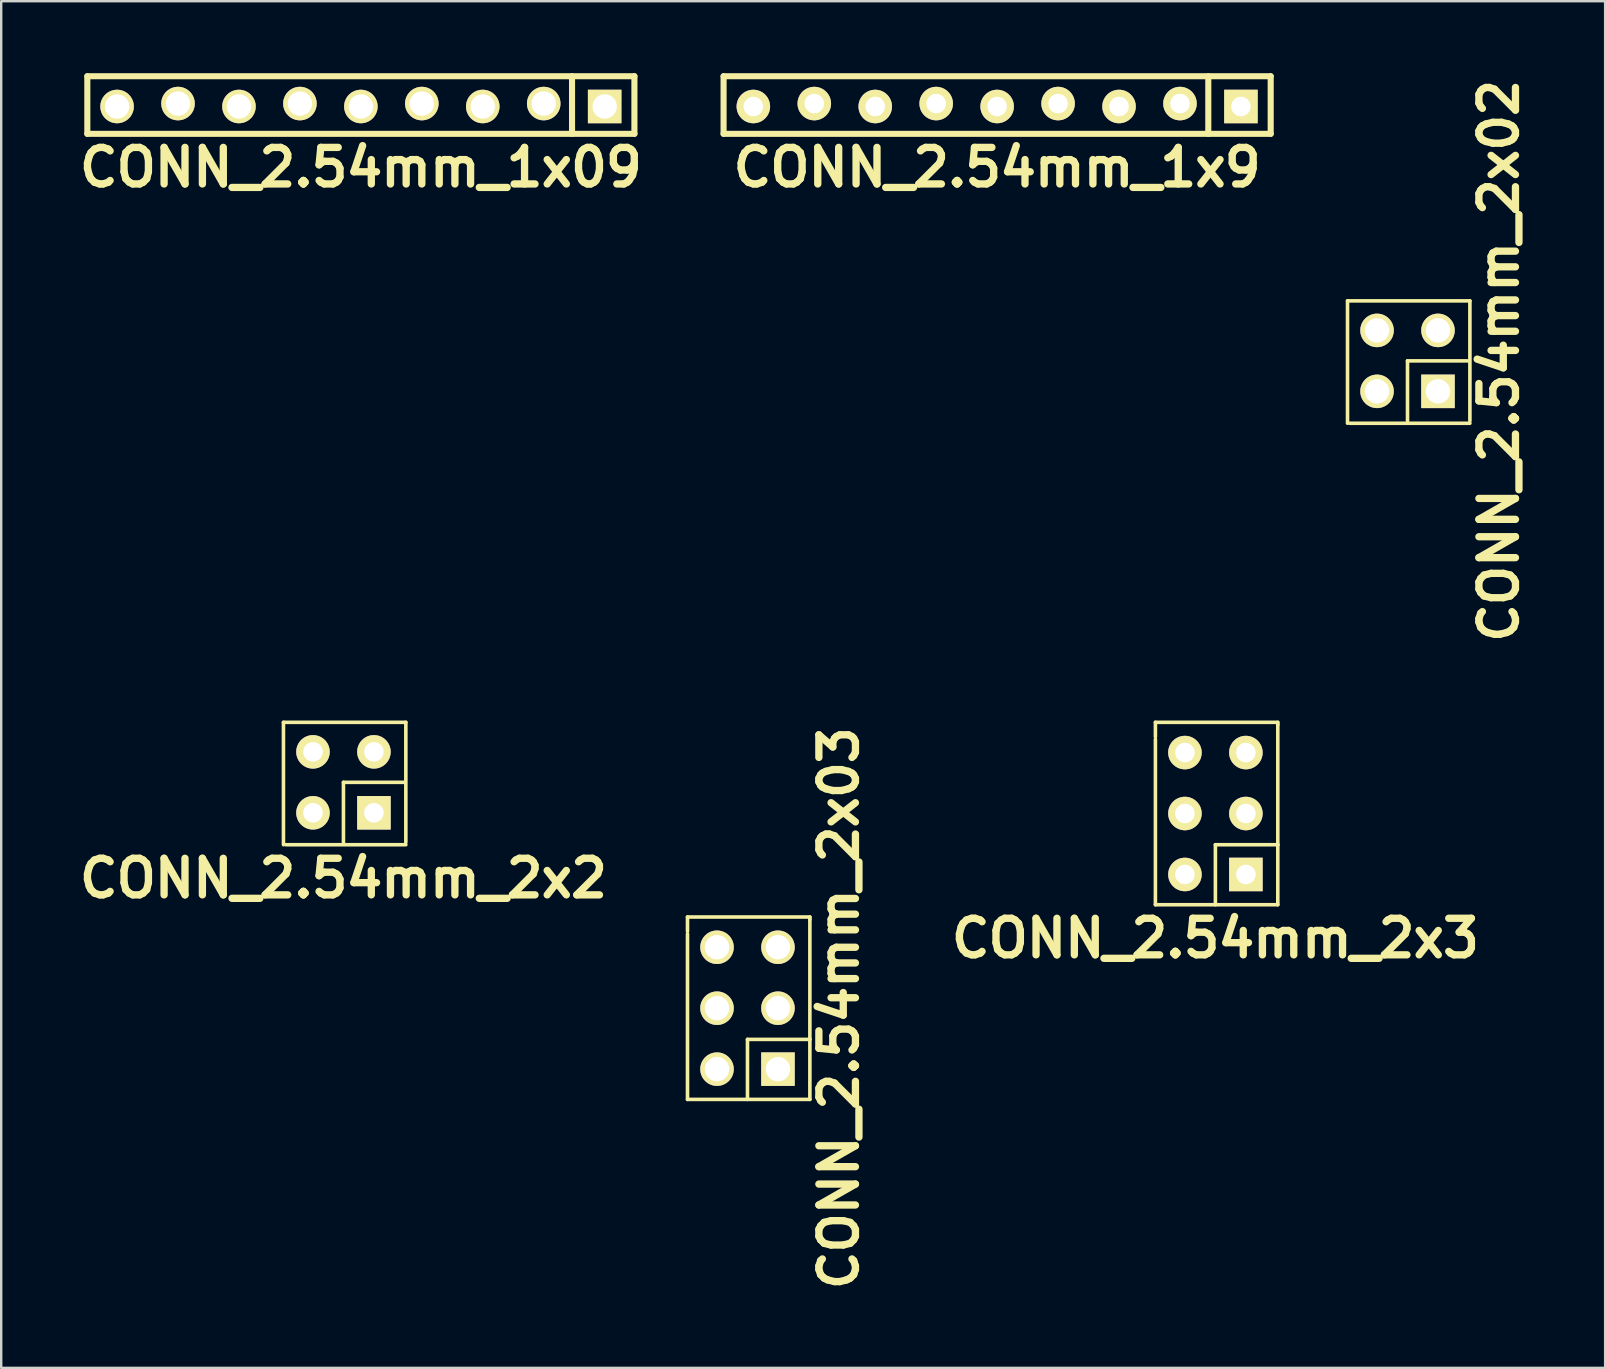
<source format=kicad_pcb>
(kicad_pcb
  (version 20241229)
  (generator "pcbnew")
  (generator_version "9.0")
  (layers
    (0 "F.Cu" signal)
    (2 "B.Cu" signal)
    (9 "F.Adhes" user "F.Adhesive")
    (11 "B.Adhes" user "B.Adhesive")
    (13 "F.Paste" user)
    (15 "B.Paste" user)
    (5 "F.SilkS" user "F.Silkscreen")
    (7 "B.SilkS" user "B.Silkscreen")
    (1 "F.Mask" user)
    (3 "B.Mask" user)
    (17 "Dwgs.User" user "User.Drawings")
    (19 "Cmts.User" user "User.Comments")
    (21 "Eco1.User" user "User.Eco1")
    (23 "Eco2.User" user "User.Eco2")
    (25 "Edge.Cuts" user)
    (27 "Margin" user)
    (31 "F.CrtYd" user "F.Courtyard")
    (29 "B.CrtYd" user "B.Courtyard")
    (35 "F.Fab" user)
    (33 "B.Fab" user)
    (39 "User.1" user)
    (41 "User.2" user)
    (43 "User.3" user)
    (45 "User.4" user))
  (footprint "CONN_2.54mm_1x09"
    (layer "F.Cu")
    (at 11.989 1.327)
    (property "Reference" "CONN_2.54mm_1x09" (at 0 2.6 0) (layer "F.SilkS") (effects (font (size 1.524 1.524) (thickness 0.305))))
    (attr through_hole)
    (fp_line (start -11.4 -1.2) (end -11.4 1.2) (stroke (width 0.254) (type solid)) (layer "F.SilkS"))
    (fp_line (start -11.4 1.2) (end 11.4 1.2) (stroke (width 0.254) (type solid)) (layer "F.SilkS"))
    (fp_line (start 8.8 1.2) (end 8.8 -1.2) (stroke (width 0.254) (type solid)) (layer "F.SilkS"))
    (fp_line (start 11.4 -1.2) (end -11.4 -1.2) (stroke (width 0.254) (type solid)) (layer "F.SilkS"))
    (fp_line (start 11.4 1.2) (end 11.4 -1.2) (stroke (width 0.254) (type solid)) (layer "F.SilkS"))
    (pad "1" thru_hole rect (at 10.16 0.061) (size 1.397 1.397) (drill 1.016) (layers "*.Cu" "*.Mask" "F.SilkS"))
    (pad "2" thru_hole circle (at 7.62 -0.061) (size 1.397 1.397) (drill 1.016) (layers "*.Cu" "*.Mask" "F.SilkS"))
    (pad "3" thru_hole circle (at 5.08 0.061) (size 1.397 1.397) (drill 1.016) (layers "*.Cu" "*.Mask" "F.SilkS"))
    (pad "4" thru_hole circle (at 2.54 -0.061) (size 1.397 1.397) (drill 1.016) (layers "*.Cu" "*.Mask" "F.SilkS"))
    (pad "5" thru_hole circle (at 0 0.061) (size 1.397 1.397) (drill 1.016) (layers "*.Cu" "*.Mask" "F.SilkS"))
    (pad "6" thru_hole circle (at -2.54 -0.061) (size 1.397 1.397) (drill 1.016) (layers "*.Cu" "*.Mask" "F.SilkS"))
    (pad "7" thru_hole circle (at -5.08 0.061) (size 1.397 1.397) (drill 1.016) (layers "*.Cu" "*.Mask" "F.SilkS"))
    (pad "8" thru_hole circle (at -7.62 -0.061) (size 1.397 1.397) (drill 1.016) (layers "*.Cu" "*.Mask" "F.SilkS"))
    (pad "9" thru_hole circle (at -10.16 0.061) (size 1.397 1.397) (drill 1.016) (layers "*.Cu" "*.Mask" "F.SilkS")))
  (footprint "CONN_2.54mm_2x03"
    (layer "F.Cu")
    (at 28.101 38.966)
    (property "Reference" "CONN_2.54mm_2x03" (at 3.81 0 90) (layer "F.SilkS") (effects (font (size 1.524 1.524) (thickness 0.305))))
    (attr through_hole)
    (fp_line (start -2.5 -3.8) (end -2.5 -3.2) (stroke (width 0.15) (type solid)) (layer "F.SilkS"))
    (fp_line (start -2.5 3.8) (end -2.5 -3.1) (stroke (width 0.15) (type solid)) (layer "F.SilkS"))
    (fp_line (start 0 1.3) (end 0 3.8) (stroke (width 0.15) (type solid)) (layer "F.SilkS"))
    (fp_line (start 0 1.3) (end 2.6 1.3) (stroke (width 0.15) (type solid)) (layer "F.SilkS"))
    (fp_line (start 2.6 -3.8) (end -2.5 -3.8) (stroke (width 0.15) (type solid)) (layer "F.SilkS"))
    (fp_line (start 2.6 -3.7) (end 2.6 -3.8) (stroke (width 0.15) (type solid)) (layer "F.SilkS"))
    (fp_line (start 2.6 1.3) (end 2.6 -3.7) (stroke (width 0.15) (type solid)) (layer "F.SilkS"))
    (fp_line (start 2.6 1.3) (end 2.6 3.8) (stroke (width 0.15) (type solid)) (layer "F.SilkS"))
    (fp_line (start 2.6 3.8) (end -2.5 3.8) (stroke (width 0.15) (type solid)) (layer "F.SilkS"))
    (pad "1" thru_hole rect (at 1.27 2.54) (size 1.397 1.397) (drill 1.016) (layers "*.Cu" "*.Mask" "F.SilkS"))
    (pad "2" thru_hole circle (at -1.27 2.54) (size 1.397 1.397) (drill 1.016) (layers "*.Cu" "*.Mask" "F.SilkS"))
    (pad "3" thru_hole circle (at 1.27 0) (size 1.397 1.397) (drill 1.016) (layers "*.Cu" "*.Mask" "F.SilkS"))
    (pad "4" thru_hole circle (at -1.27 0) (size 1.397 1.397) (drill 1.016) (layers "*.Cu" "*.Mask" "F.SilkS"))
    (pad "5" thru_hole circle (at 1.27 -2.54) (size 1.397 1.397) (drill 1.016) (layers "*.Cu" "*.Mask" "F.SilkS"))
    (pad "6" thru_hole circle (at -1.27 -2.54) (size 1.397 1.397) (drill 1.016) (layers "*.Cu" "*.Mask" "F.SilkS")))
  (footprint "CONN_2.54mm_2x02"
    (layer "F.Cu")
    (at 55.607 11.989)
    (property "Reference" "CONN_2.54mm_2x02" (at 3.81 0 90) (layer "F.SilkS") (effects (font (size 1.524 1.524) (thickness 0.305))))
    (attr through_hole)
    (fp_line (start -2.5 -2.5) (end 2.6 -2.5) (stroke (width 0.15) (type solid)) (layer "F.SilkS"))
    (fp_line (start -2.5 2.6) (end -2.5 -2.5) (stroke (width 0.15) (type solid)) (layer "F.SilkS"))
    (fp_line (start 0 2.5) (end 0 0) (stroke (width 0.15) (type solid)) (layer "F.SilkS"))
    (fp_line (start 2.5 0) (end 0 0) (stroke (width 0.15) (type solid)) (layer "F.SilkS"))
    (fp_line (start 2.6 2.5) (end 2.6 -2.5) (stroke (width 0.15) (type solid)) (layer "F.SilkS"))
    (fp_line (start 2.6 2.6) (end -2.4 2.6) (stroke (width 0.15) (type solid)) (layer "F.SilkS"))
    (pad "1" thru_hole rect (at 1.27 1.27) (size 1.397 1.397) (drill 1.016) (layers "*.Cu" "*.Mask" "F.SilkS"))
    (pad "2" thru_hole circle (at -1.27 1.27) (size 1.397 1.397) (drill 1.016) (layers "*.Cu" "*.Mask" "F.SilkS"))
    (pad "3" thru_hole circle (at 1.27 -1.27) (size 1.397 1.397) (drill 1.016) (layers "*.Cu" "*.Mask" "F.SilkS"))
    (pad "4" thru_hole circle (at -1.27 -1.27) (size 1.397 1.397) (drill 1.016) (layers "*.Cu" "*.Mask" "F.SilkS")))
  (footprint "CONN_2.54mm_2x3"
    (layer "F.Cu")
    (at 47.601 30.853)
    (property "Reference" "CONN_2.54mm_2x3" (at 0 5.2 0) (layer "F.SilkS") (effects (font (size 1.524 1.524) (thickness 0.305))))
    (attr through_hole)
    (fp_line (start -2.5 -3.8) (end -2.5 -3.2) (stroke (width 0.15) (type solid)) (layer "F.SilkS"))
    (fp_line (start -2.5 3.8) (end -2.5 -3.1) (stroke (width 0.15) (type solid)) (layer "F.SilkS"))
    (fp_line (start 0 1.3) (end 0 3.8) (stroke (width 0.15) (type solid)) (layer "F.SilkS"))
    (fp_line (start 0 1.3) (end 2.6 1.3) (stroke (width 0.15) (type solid)) (layer "F.SilkS"))
    (fp_line (start 2.6 -3.8) (end -2.5 -3.8) (stroke (width 0.15) (type solid)) (layer "F.SilkS"))
    (fp_line (start 2.6 -3.7) (end 2.6 -3.8) (stroke (width 0.15) (type solid)) (layer "F.SilkS"))
    (fp_line (start 2.6 1.3) (end 2.6 -3.7) (stroke (width 0.15) (type solid)) (layer "F.SilkS"))
    (fp_line (start 2.6 1.3) (end 2.6 3.8) (stroke (width 0.15) (type solid)) (layer "F.SilkS"))
    (fp_line (start 2.6 3.8) (end -2.5 3.8) (stroke (width 0.15) (type solid)) (layer "F.SilkS"))
    (pad "1" thru_hole rect (at 1.27 2.54) (size 1.397 1.397) (drill 0.813) (layers "*.Cu" "*.Mask" "F.SilkS"))
    (pad "2" thru_hole circle (at -1.27 2.54) (size 1.397 1.397) (drill 0.813) (layers "*.Cu" "*.Mask" "F.SilkS"))
    (pad "3" thru_hole circle (at 1.27 0) (size 1.397 1.397) (drill 0.813) (layers "*.Cu" "*.Mask" "F.SilkS"))
    (pad "4" thru_hole circle (at -1.27 0) (size 1.397 1.397) (drill 0.813) (layers "*.Cu" "*.Mask" "F.SilkS"))
    (pad "5" thru_hole circle (at 1.27 -2.54) (size 1.397 1.397) (drill 0.813) (layers "*.Cu" "*.Mask" "F.SilkS"))
    (pad "6" thru_hole circle (at -1.27 -2.54) (size 1.397 1.397) (drill 0.813) (layers "*.Cu" "*.Mask" "F.SilkS")))
  (footprint "CONN_2.54mm_1x9"
    (layer "F.Cu")
    (at 38.505 1.327)
    (property "Reference" "CONN_2.54mm_1x9" (at 0 2.6 0) (layer "F.SilkS") (effects (font (size 1.524 1.524) (thickness 0.305))))
    (attr through_hole)
    (fp_line (start -11.4 -1.2) (end -11.4 1.2) (stroke (width 0.254) (type solid)) (layer "F.SilkS"))
    (fp_line (start -11.4 1.2) (end 11.4 1.2) (stroke (width 0.254) (type solid)) (layer "F.SilkS"))
    (fp_line (start 8.8 1.2) (end 8.8 -1.2) (stroke (width 0.254) (type solid)) (layer "F.SilkS"))
    (fp_line (start 11.4 -1.2) (end -11.4 -1.2) (stroke (width 0.254) (type solid)) (layer "F.SilkS"))
    (fp_line (start 11.4 1.2) (end 11.4 -1.2) (stroke (width 0.254) (type solid)) (layer "F.SilkS"))
    (pad "1" thru_hole rect (at 10.16 0.061) (size 1.397 1.397) (drill 0.813) (layers "*.Cu" "*.Mask" "F.SilkS"))
    (pad "2" thru_hole circle (at 7.62 -0.061) (size 1.397 1.397) (drill 0.813) (layers "*.Cu" "*.Mask" "F.SilkS"))
    (pad "3" thru_hole circle (at 5.08 0.061) (size 1.397 1.397) (drill 0.813) (layers "*.Cu" "*.Mask" "F.SilkS"))
    (pad "4" thru_hole circle (at 2.54 -0.061) (size 1.397 1.397) (drill 0.813) (layers "*.Cu" "*.Mask" "F.SilkS"))
    (pad "5" thru_hole circle (at 0 0.061) (size 1.397 1.397) (drill 0.813) (layers "*.Cu" "*.Mask" "F.SilkS"))
    (pad "6" thru_hole circle (at -2.54 -0.061) (size 1.397 1.397) (drill 0.813) (layers "*.Cu" "*.Mask" "F.SilkS"))
    (pad "7" thru_hole circle (at -5.08 0.061) (size 1.397 1.397) (drill 0.813) (layers "*.Cu" "*.Mask" "F.SilkS"))
    (pad "8" thru_hole circle (at -7.62 -0.061) (size 1.397 1.397) (drill 0.813) (layers "*.Cu" "*.Mask" "F.SilkS"))
    (pad "9" thru_hole circle (at -10.16 0.061) (size 1.397 1.397) (drill 0.813) (layers "*.Cu" "*.Mask" "F.SilkS")))
  (footprint "CONN_2.54mm_2x2"
    (layer "F.Cu")
    (at 11.263 29.553)
    (property "Reference" "CONN_2.54mm_2x2" (at 0 4 0) (layer "F.SilkS") (effects (font (size 1.524 1.524) (thickness 0.305))))
    (attr through_hole)
    (fp_line (start -2.5 -2.5) (end 2.6 -2.5) (stroke (width 0.15) (type solid)) (layer "F.SilkS"))
    (fp_line (start -2.5 2.6) (end -2.5 -2.5) (stroke (width 0.15) (type solid)) (layer "F.SilkS"))
    (fp_line (start 0 2.5) (end 0 0) (stroke (width 0.15) (type solid)) (layer "F.SilkS"))
    (fp_line (start 2.5 0) (end 0 0) (stroke (width 0.15) (type solid)) (layer "F.SilkS"))
    (fp_line (start 2.6 2.5) (end 2.6 -2.5) (stroke (width 0.15) (type solid)) (layer "F.SilkS"))
    (fp_line (start 2.6 2.6) (end -2.4 2.6) (stroke (width 0.15) (type solid)) (layer "F.SilkS"))
    (pad "1" thru_hole rect (at 1.27 1.27) (size 1.397 1.397) (drill 0.813) (layers "*.Cu" "*.Mask" "F.SilkS"))
    (pad "2" thru_hole circle (at -1.27 1.27) (size 1.397 1.397) (drill 0.813) (layers "*.Cu" "*.Mask" "F.SilkS"))
    (pad "3" thru_hole circle (at 1.27 -1.27) (size 1.397 1.397) (drill 0.813) (layers "*.Cu" "*.Mask" "F.SilkS"))
    (pad "4" thru_hole circle (at -1.27 -1.27) (size 1.397 1.397) (drill 0.813) (layers "*.Cu" "*.Mask" "F.SilkS")))
  (gr_rect
    (start -3 -3)
    (end 63.843 53.955)
    (stroke (width 0.1) (type default))
    (fill no)
    (layer "Edge.Cuts")))
</source>
